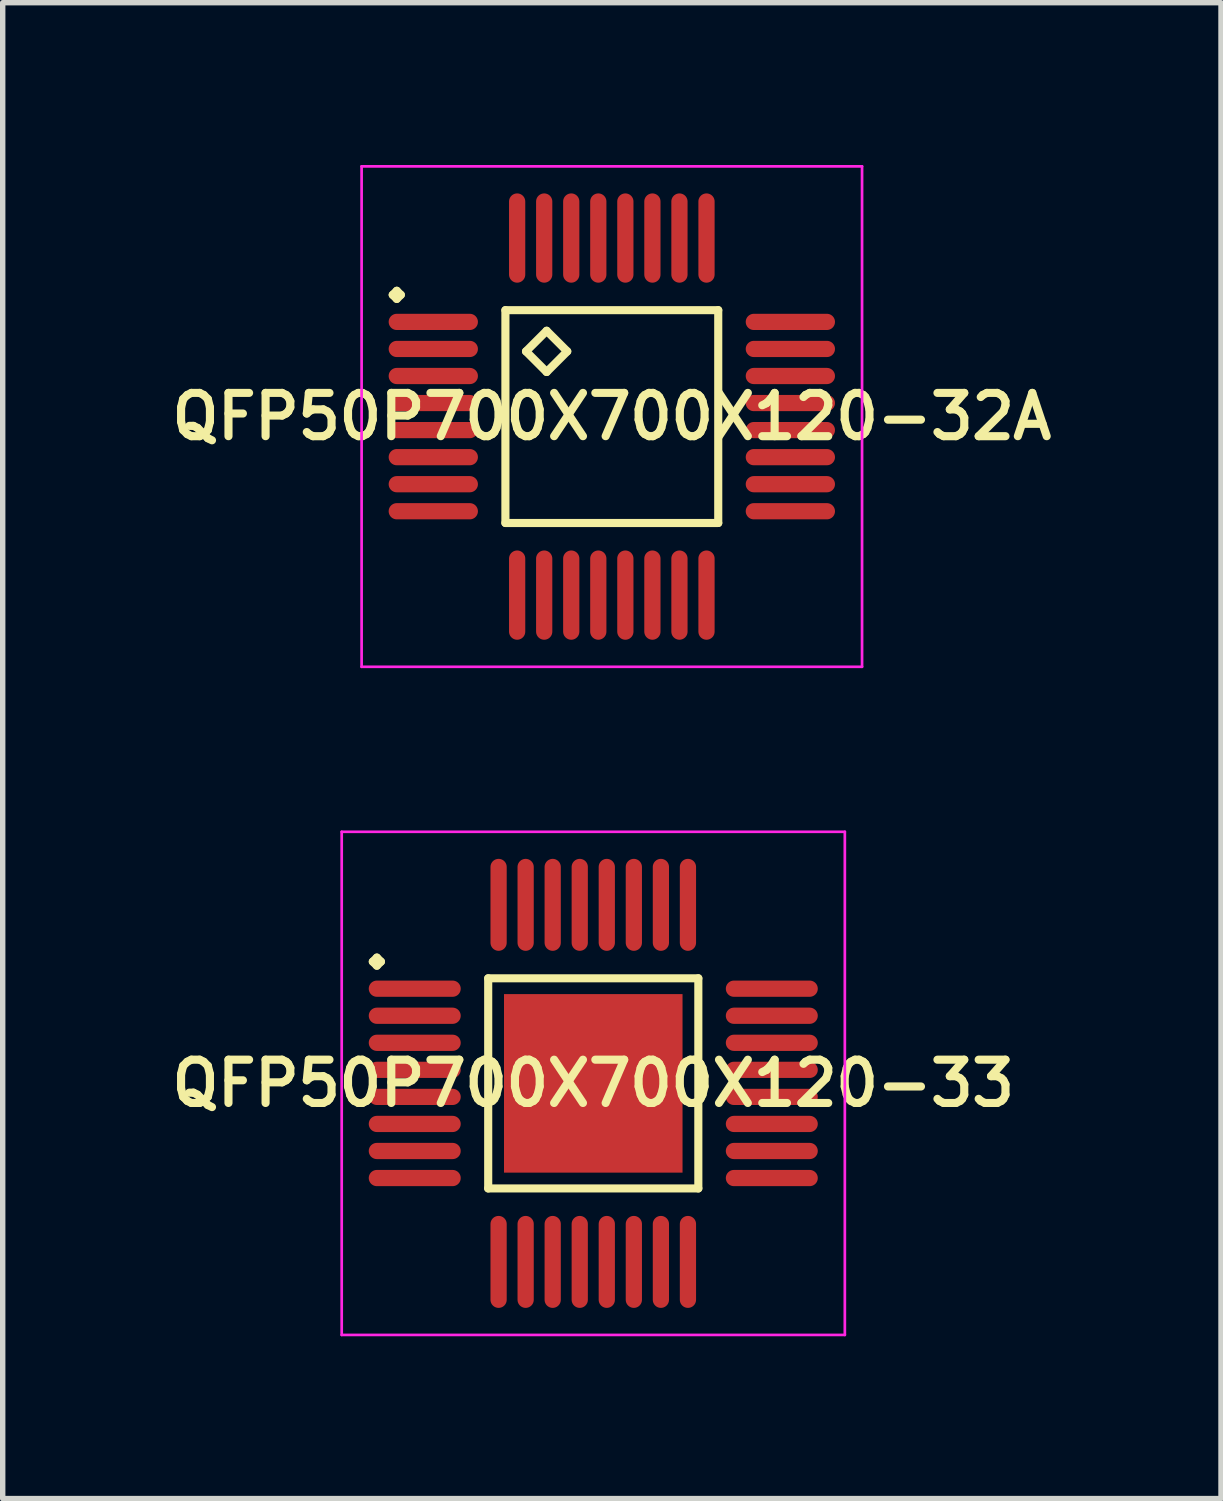
<source format=kicad_pcb>
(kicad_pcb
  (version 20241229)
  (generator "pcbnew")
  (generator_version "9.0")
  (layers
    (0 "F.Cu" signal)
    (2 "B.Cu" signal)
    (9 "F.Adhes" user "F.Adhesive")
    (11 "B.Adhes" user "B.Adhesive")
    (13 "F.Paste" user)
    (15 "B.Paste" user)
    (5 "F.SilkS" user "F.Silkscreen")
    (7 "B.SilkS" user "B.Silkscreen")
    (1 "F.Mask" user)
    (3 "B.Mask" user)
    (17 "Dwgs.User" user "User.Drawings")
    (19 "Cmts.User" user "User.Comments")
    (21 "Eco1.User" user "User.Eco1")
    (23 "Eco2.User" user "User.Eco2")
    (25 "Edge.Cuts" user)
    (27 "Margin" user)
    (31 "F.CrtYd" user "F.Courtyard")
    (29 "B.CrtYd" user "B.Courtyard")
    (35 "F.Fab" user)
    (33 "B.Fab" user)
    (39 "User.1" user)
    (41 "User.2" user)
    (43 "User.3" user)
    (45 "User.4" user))
  (footprint "QFP50P700X700X120-33"
    (layer "F.Cu")
    (at 7.916 16.975)
    (property "Reference" "QFP50P700X700X120-33" (at 0 0 0) (layer "F.SilkS") (effects (font (size 0.8 0.8) (thickness 0.15))))
    (attr smd)
    (fp_line (start -4.075 -2.25) (end -4 -2.325) (stroke (width 0.15) (type solid)) (layer "F.SilkS"))
    (fp_line (start -4 -2.325) (end -3.925 -2.25) (stroke (width 0.15) (type solid)) (layer "F.SilkS"))
    (fp_line (start -4 -2.175) (end -4.075 -2.25) (stroke (width 0.15) (type solid)) (layer "F.SilkS"))
    (fp_line (start -3.925 -2.25) (end -4 -2.175) (stroke (width 0.15) (type solid)) (layer "F.SilkS"))
    (fp_line (start -1.942 -1.942) (end -1.942 1.942) (stroke (width 0.15) (type solid)) (layer "F.SilkS"))
    (fp_line (start -1.942 1.942) (end 1.942 1.942) (stroke (width 0.15) (type solid)) (layer "F.SilkS"))
    (fp_line (start 1.942 -1.942) (end -1.942 -1.942) (stroke (width 0.15) (type solid)) (layer "F.SilkS"))
    (fp_line (start 1.942 1.942) (end 1.942 -1.942) (stroke (width 0.15) (type solid)) (layer "F.SilkS"))
    (fp_line (start -4.65 -4.65) (end 4.65 -4.65) (stroke (width 0.05) (type solid)) (layer "F.CrtYd"))
    (fp_line (start -4.65 4.65) (end -4.65 -4.65) (stroke (width 0.05) (type solid)) (layer "F.CrtYd"))
    (fp_line (start 4.65 -4.65) (end 4.65 4.65) (stroke (width 0.05) (type solid)) (layer "F.CrtYd"))
    (fp_line (start 4.65 4.65) (end -4.65 4.65) (stroke (width 0.05) (type solid)) (layer "F.CrtYd"))
    (pad "1" smd oval (at -3.3 -1.75) (size 1.7 0.3) (layers "F.Cu" "F.Mask" "F.Paste"))
    (pad "2" smd oval (at -3.3 -1.25) (size 1.7 0.3) (layers "F.Cu" "F.Mask" "F.Paste"))
    (pad "3" smd oval (at -3.3 -0.75) (size 1.7 0.3) (layers "F.Cu" "F.Mask" "F.Paste"))
    (pad "4" smd oval (at -3.3 -0.25) (size 1.7 0.3) (layers "F.Cu" "F.Mask" "F.Paste"))
    (pad "5" smd oval (at -3.3 0.25) (size 1.7 0.3) (layers "F.Cu" "F.Mask" "F.Paste"))
    (pad "6" smd oval (at -3.3 0.75) (size 1.7 0.3) (layers "F.Cu" "F.Mask" "F.Paste"))
    (pad "7" smd oval (at -3.3 1.25) (size 1.7 0.3) (layers "F.Cu" "F.Mask" "F.Paste"))
    (pad "8" smd oval (at -3.3 1.75) (size 1.7 0.3) (layers "F.Cu" "F.Mask" "F.Paste"))
    (pad "9" smd oval (at -1.75 3.3) (size 0.3 1.7) (layers "F.Cu" "F.Mask" "F.Paste"))
    (pad "10" smd oval (at -1.25 3.3) (size 0.3 1.7) (layers "F.Cu" "F.Mask" "F.Paste"))
    (pad "11" smd oval (at -0.75 3.3) (size 0.3 1.7) (layers "F.Cu" "F.Mask" "F.Paste"))
    (pad "12" smd oval (at -0.25 3.3) (size 0.3 1.7) (layers "F.Cu" "F.Mask" "F.Paste"))
    (pad "13" smd oval (at 0.25 3.3) (size 0.3 1.7) (layers "F.Cu" "F.Mask" "F.Paste"))
    (pad "14" smd oval (at 0.75 3.3) (size 0.3 1.7) (layers "F.Cu" "F.Mask" "F.Paste"))
    (pad "15" smd oval (at 1.25 3.3) (size 0.3 1.7) (layers "F.Cu" "F.Mask" "F.Paste"))
    (pad "16" smd oval (at 1.75 3.3) (size 0.3 1.7) (layers "F.Cu" "F.Mask" "F.Paste"))
    (pad "17" smd oval (at 3.3 1.75) (size 1.7 0.3) (layers "F.Cu" "F.Mask" "F.Paste"))
    (pad "18" smd oval (at 3.3 1.25) (size 1.7 0.3) (layers "F.Cu" "F.Mask" "F.Paste"))
    (pad "19" smd oval (at 3.3 0.75) (size 1.7 0.3) (layers "F.Cu" "F.Mask" "F.Paste"))
    (pad "20" smd oval (at 3.3 0.25) (size 1.7 0.3) (layers "F.Cu" "F.Mask" "F.Paste"))
    (pad "21" smd oval (at 3.3 -0.25) (size 1.7 0.3) (layers "F.Cu" "F.Mask" "F.Paste"))
    (pad "22" smd oval (at 3.3 -0.75) (size 1.7 0.3) (layers "F.Cu" "F.Mask" "F.Paste"))
    (pad "23" smd oval (at 3.3 -1.25) (size 1.7 0.3) (layers "F.Cu" "F.Mask" "F.Paste"))
    (pad "24" smd oval (at 3.3 -1.75) (size 1.7 0.3) (layers "F.Cu" "F.Mask" "F.Paste"))
    (pad "25" smd oval (at 1.75 -3.3) (size 0.3 1.7) (layers "F.Cu" "F.Mask" "F.Paste"))
    (pad "26" smd oval (at 1.25 -3.3) (size 0.3 1.7) (layers "F.Cu" "F.Mask" "F.Paste"))
    (pad "27" smd oval (at 0.75 -3.3) (size 0.3 1.7) (layers "F.Cu" "F.Mask" "F.Paste"))
    (pad "28" smd oval (at 0.25 -3.3) (size 0.3 1.7) (layers "F.Cu" "F.Mask" "F.Paste"))
    (pad "29" smd oval (at -0.25 -3.3) (size 0.3 1.7) (layers "F.Cu" "F.Mask" "F.Paste"))
    (pad "30" smd oval (at -0.75 -3.3) (size 0.3 1.7) (layers "F.Cu" "F.Mask" "F.Paste"))
    (pad "31" smd oval (at -1.25 -3.3) (size 0.3 1.7) (layers "F.Cu" "F.Mask" "F.Paste"))
    (pad "32" smd oval (at -1.75 -3.3) (size 0.3 1.7) (layers "F.Cu" "F.Mask" "F.Paste"))
    (pad "33" smd rect (at 0 0) (size 3.3 3.3) (layers "F.Cu" "F.Mask" "F.Paste")))
  (footprint "QFP50P700X700X120-32A"
    (layer "F.Cu")
    (at 8.259 4.65)
    (property "Reference" "QFP50P700X700X120-32A" (at 0 0 0) (layer "F.SilkS") (effects (font (size 0.8 0.8) (thickness 0.15))))
    (attr smd)
    (fp_line (start -4.05 -2.25) (end -3.975 -2.325) (stroke (width 0.15) (type solid)) (layer "F.SilkS"))
    (fp_line (start -3.975 -2.325) (end -3.9 -2.25) (stroke (width 0.15) (type solid)) (layer "F.SilkS"))
    (fp_line (start -3.975 -2.175) (end -4.05 -2.25) (stroke (width 0.15) (type solid)) (layer "F.SilkS"))
    (fp_line (start -3.9 -2.25) (end -3.975 -2.175) (stroke (width 0.15) (type solid)) (layer "F.SilkS"))
    (fp_line (start -1.967 -1.967) (end -1.967 1.967) (stroke (width 0.15) (type solid)) (layer "F.SilkS"))
    (fp_line (start -1.967 1.967) (end 1.967 1.967) (stroke (width 0.15) (type solid)) (layer "F.SilkS"))
    (fp_line (start -1.586 -1.205) (end -1.205 -1.586) (stroke (width 0.15) (type solid)) (layer "F.SilkS"))
    (fp_line (start -1.205 -1.586) (end -0.824 -1.205) (stroke (width 0.15) (type solid)) (layer "F.SilkS"))
    (fp_line (start -1.205 -0.824) (end -1.586 -1.205) (stroke (width 0.15) (type solid)) (layer "F.SilkS"))
    (fp_line (start -0.824 -1.205) (end -1.205 -0.824) (stroke (width 0.15) (type solid)) (layer "F.SilkS"))
    (fp_line (start 1.967 -1.967) (end -1.967 -1.967) (stroke (width 0.15) (type solid)) (layer "F.SilkS"))
    (fp_line (start 1.967 1.967) (end 1.967 -1.967) (stroke (width 0.15) (type solid)) (layer "F.SilkS"))
    (fp_line (start -4.625 -4.625) (end 4.625 -4.625) (stroke (width 0.05) (type solid)) (layer "F.CrtYd"))
    (fp_line (start -4.625 4.625) (end -4.625 -4.625) (stroke (width 0.05) (type solid)) (layer "F.CrtYd"))
    (fp_line (start 4.625 -4.625) (end 4.625 4.625) (stroke (width 0.05) (type solid)) (layer "F.CrtYd"))
    (fp_line (start 4.625 4.625) (end -4.625 4.625) (stroke (width 0.05) (type solid)) (layer "F.CrtYd"))
    (pad "1" smd oval (at -3.3 -1.75) (size 1.65 0.3) (layers "F.Cu" "F.Mask" "F.Paste"))
    (pad "2" smd oval (at -3.3 -1.25) (size 1.65 0.3) (layers "F.Cu" "F.Mask" "F.Paste"))
    (pad "3" smd oval (at -3.3 -0.75) (size 1.65 0.3) (layers "F.Cu" "F.Mask" "F.Paste"))
    (pad "4" smd oval (at -3.3 -0.25) (size 1.65 0.3) (layers "F.Cu" "F.Mask" "F.Paste"))
    (pad "5" smd oval (at -3.3 0.25) (size 1.65 0.3) (layers "F.Cu" "F.Mask" "F.Paste"))
    (pad "6" smd oval (at -3.3 0.75) (size 1.65 0.3) (layers "F.Cu" "F.Mask" "F.Paste"))
    (pad "7" smd oval (at -3.3 1.25) (size 1.65 0.3) (layers "F.Cu" "F.Mask" "F.Paste"))
    (pad "8" smd oval (at -3.3 1.75) (size 1.65 0.3) (layers "F.Cu" "F.Mask" "F.Paste"))
    (pad "9" smd oval (at -1.75 3.3) (size 0.3 1.65) (layers "F.Cu" "F.Mask" "F.Paste"))
    (pad "10" smd oval (at -1.25 3.3) (size 0.3 1.65) (layers "F.Cu" "F.Mask" "F.Paste"))
    (pad "11" smd oval (at -0.75 3.3) (size 0.3 1.65) (layers "F.Cu" "F.Mask" "F.Paste"))
    (pad "12" smd oval (at -0.25 3.3) (size 0.3 1.65) (layers "F.Cu" "F.Mask" "F.Paste"))
    (pad "13" smd oval (at 0.25 3.3) (size 0.3 1.65) (layers "F.Cu" "F.Mask" "F.Paste"))
    (pad "14" smd oval (at 0.75 3.3) (size 0.3 1.65) (layers "F.Cu" "F.Mask" "F.Paste"))
    (pad "15" smd oval (at 1.25 3.3) (size 0.3 1.65) (layers "F.Cu" "F.Mask" "F.Paste"))
    (pad "16" smd oval (at 1.75 3.3) (size 0.3 1.65) (layers "F.Cu" "F.Mask" "F.Paste"))
    (pad "17" smd oval (at 3.3 1.75) (size 1.65 0.3) (layers "F.Cu" "F.Mask" "F.Paste"))
    (pad "18" smd oval (at 3.3 1.25) (size 1.65 0.3) (layers "F.Cu" "F.Mask" "F.Paste"))
    (pad "19" smd oval (at 3.3 0.75) (size 1.65 0.3) (layers "F.Cu" "F.Mask" "F.Paste"))
    (pad "20" smd oval (at 3.3 0.25) (size 1.65 0.3) (layers "F.Cu" "F.Mask" "F.Paste"))
    (pad "21" smd oval (at 3.3 -0.25) (size 1.65 0.3) (layers "F.Cu" "F.Mask" "F.Paste"))
    (pad "22" smd oval (at 3.3 -0.75) (size 1.65 0.3) (layers "F.Cu" "F.Mask" "F.Paste"))
    (pad "23" smd oval (at 3.3 -1.25) (size 1.65 0.3) (layers "F.Cu" "F.Mask" "F.Paste"))
    (pad "24" smd oval (at 3.3 -1.75) (size 1.65 0.3) (layers "F.Cu" "F.Mask" "F.Paste"))
    (pad "25" smd oval (at 1.75 -3.3) (size 0.3 1.65) (layers "F.Cu" "F.Mask" "F.Paste"))
    (pad "26" smd oval (at 1.25 -3.3) (size 0.3 1.65) (layers "F.Cu" "F.Mask" "F.Paste"))
    (pad "27" smd oval (at 0.75 -3.3) (size 0.3 1.65) (layers "F.Cu" "F.Mask" "F.Paste"))
    (pad "28" smd oval (at 0.25 -3.3) (size 0.3 1.65) (layers "F.Cu" "F.Mask" "F.Paste"))
    (pad "29" smd oval (at -0.25 -3.3) (size 0.3 1.65) (layers "F.Cu" "F.Mask" "F.Paste"))
    (pad "30" smd oval (at -0.75 -3.3) (size 0.3 1.65) (layers "F.Cu" "F.Mask" "F.Paste"))
    (pad "31" smd oval (at -1.25 -3.3) (size 0.3 1.65) (layers "F.Cu" "F.Mask" "F.Paste"))
    (pad "32" smd oval (at -1.75 -3.3) (size 0.3 1.65) (layers "F.Cu" "F.Mask" "F.Paste")))
  (gr_rect
    (start -3 -3)
    (end 19.519 24.65)
    (stroke (width 0.1) (type default))
    (fill no)
    (layer "Edge.Cuts")))
</source>
